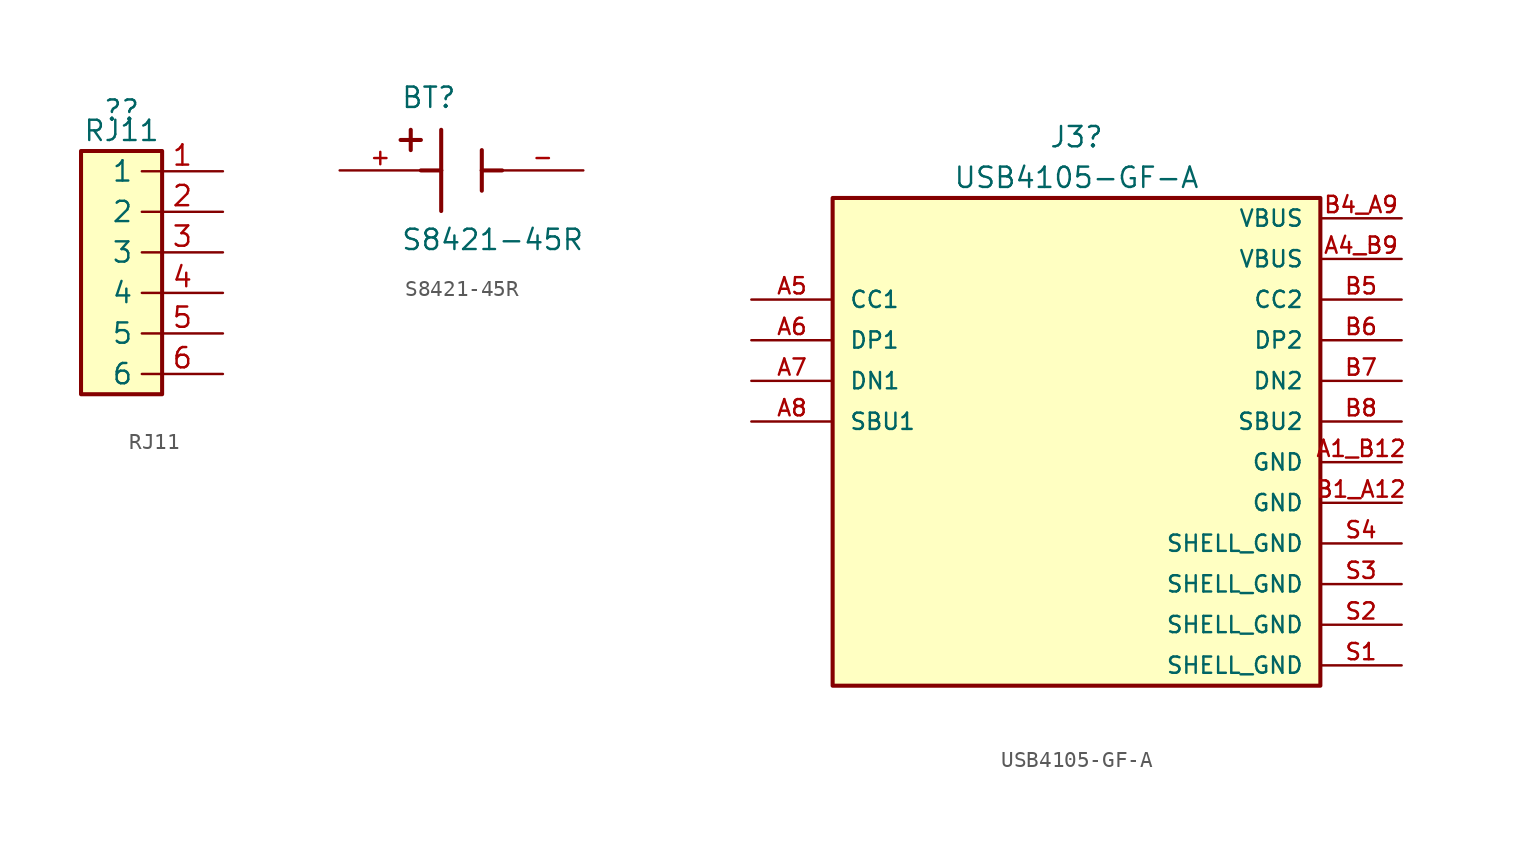
<source format=kicad_sym>
(kicad_symbol_lib
  (version 20211014)
  (generator kicad_symbol_editor)
  (symbol "RJ11"
    (property "Reference" "?"
      (at 0 10.16 0)
      (effects (font (size 1.27 1.27))))
    (property "Value" "RJ11"
      (at 0 8.89 0)
      (effects (font (size 1.27 1.27))))
    (symbol "RJ11_1_1"
      (rectangle (start -2.54 7.62) (end 2.54 -7.62) (stroke (width 0.254) (type default) (color 0 0 0 0)) (fill (type background)))
      (pin passive line (at 6.35 6.35 180) (length 5.08) (name "1" (effects (font (size 1.27 1.27)))) (number "1" (effects (font (size 1.27 1.27)))))
      (pin passive line (at 6.35 3.81 180) (length 5.08) (name "2" (effects (font (size 1.27 1.27)))) (number "2" (effects (font (size 1.27 1.27)))))
      (pin passive line (at 6.35 1.27 180) (length 5.08) (name "3" (effects (font (size 1.27 1.27)))) (number "3" (effects (font (size 1.27 1.27)))))
      (pin passive line (at 6.35 -1.27 180) (length 5.08) (name "4" (effects (font (size 1.27 1.27)))) (number "4" (effects (font (size 1.27 1.27)))))
      (pin passive line (at 6.35 -3.81 180) (length 5.08) (name "5" (effects (font (size 1.27 1.27)))) (number "5" (effects (font (size 1.27 1.27)))))
      (pin passive line (at 6.35 -6.35 180) (length 5.08) (name "6" (effects (font (size 1.27 1.27)))) (number "6" (effects (font (size 1.27 1.27)))))))
  (symbol "S8421-45R"
    (pin_names
      (offset 1.016) hide)
    (property "Reference" "BT"
      (at -3.81 3.81 0)
      (effects (font (size 1.27 1.27)) (justify left bottom)))
    (property "Value" "S8421-45R"
      (at -3.81 -5.08 0)
      (effects (font (size 1.27 1.27)) (justify left bottom)))
    (property "ki_locked" ""
      (at 0 0 0)
      (effects (font (size 1.27 1.27))))
    (symbol "S8421-45R_0_0"
      (polyline (pts (xy -3.81 1.905) (xy -2.54 1.905)) (stroke (width 0.254) (type default) (color 0 0 0 0)) (fill (type none)))
      (polyline (pts (xy -3.175 2.54) (xy -3.175 1.27)) (stroke (width 0.254) (type default) (color 0 0 0 0)) (fill (type none)))
      (polyline (pts (xy -1.27 0) (xy -2.54 0)) (stroke (width 0.254) (type default) (color 0 0 0 0)) (fill (type none)))
      (polyline (pts (xy -1.27 0) (xy -1.27 -2.54)) (stroke (width 0.254) (type default) (color 0 0 0 0)) (fill (type none)))
      (polyline (pts (xy -1.27 2.54) (xy -1.27 0)) (stroke (width 0.254) (type default) (color 0 0 0 0)) (fill (type none)))
      (polyline (pts (xy 1.27 0) (xy 1.27 -1.27)) (stroke (width 0.254) (type default) (color 0 0 0 0)) (fill (type none)))
      (polyline (pts (xy 1.27 0) (xy 2.54 0)) (stroke (width 0.254) (type default) (color 0 0 0 0)) (fill (type none)))
      (polyline (pts (xy 1.27 1.27) (xy 1.27 0)) (stroke (width 0.254) (type default) (color 0 0 0 0)) (fill (type none)))
      (pin passive line (at -7.62 0 0) (length 5.08) (name "~" (effects (font (size 1.016 1.016)))) (number "+" (effects (font (size 1.016 1.016)))))
      (pin passive line (at 7.62 0 180) (length 5.08) (name "~" (effects (font (size 1.016 1.016)))) (number "-" (effects (font (size 1.016 1.016)))))))
  (symbol "USB4105-GF-A"
    (pin_names
      (offset 1.016))
    (property "Reference" "J3"
      (at 0 15.24 0)
      (effects (font (size 1.27 1.27))))
    (property "Value" "USB4105-GF-A"
      (at 0 12.7 0)
      (effects (font (size 1.27 1.27))))
    (property "ki_locked" ""
      (at 0 0 0)
      (effects (font (size 1.27 1.27))))
    (symbol "USB4105-GF-A_0_0"
      (rectangle (start -15.24 11.43) (end 15.24 -19.05) (stroke (width 0.254) (type default) (color 0 0 0 0)) (fill (type background)))
      (pin power_in line (at 20.32 -5.08 180) (length 5.08) (name "GND" (effects (font (size 1.016 1.016)))) (number "A1_B12" (effects (font (size 1.016 1.016)))))
      (pin power_in line (at 20.32 7.62 180) (length 5.08) (name "VBUS" (effects (font (size 1.016 1.016)))) (number "A4_B9" (effects (font (size 1.016 1.016)))))
      (pin bidirectional line (at -20.32 5.08 0) (length 5.08) (name "CC1" (effects (font (size 1.016 1.016)))) (number "A5" (effects (font (size 1.016 1.016)))))
      (pin bidirectional line (at -20.32 2.54 0) (length 5.08) (name "DP1" (effects (font (size 1.016 1.016)))) (number "A6" (effects (font (size 1.016 1.016)))))
      (pin bidirectional line (at -20.32 0 0) (length 5.08) (name "DN1" (effects (font (size 1.016 1.016)))) (number "A7" (effects (font (size 1.016 1.016)))))
      (pin bidirectional line (at -20.32 -2.54 0) (length 5.08) (name "SBU1" (effects (font (size 1.016 1.016)))) (number "A8" (effects (font (size 1.016 1.016)))))
      (pin power_in line (at 20.32 -7.62 180) (length 5.08) (name "GND" (effects (font (size 1.016 1.016)))) (number "B1_A12" (effects (font (size 1.016 1.016)))))
      (pin power_in line (at 20.32 10.16 180) (length 5.08) (name "VBUS" (effects (font (size 1.016 1.016)))) (number "B4_A9" (effects (font (size 1.016 1.016)))))
      (pin bidirectional line (at 20.32 5.08 180) (length 5.08) (name "CC2" (effects (font (size 1.016 1.016)))) (number "B5" (effects (font (size 1.016 1.016)))))
      (pin bidirectional line (at 20.32 2.54 180) (length 5.08) (name "DP2" (effects (font (size 1.016 1.016)))) (number "B6" (effects (font (size 1.016 1.016)))))
      (pin bidirectional line (at 20.32 0 180) (length 5.08) (name "DN2" (effects (font (size 1.016 1.016)))) (number "B7" (effects (font (size 1.016 1.016)))))
      (pin bidirectional line (at 20.32 -2.54 180) (length 5.08) (name "SBU2" (effects (font (size 1.016 1.016)))) (number "B8" (effects (font (size 1.016 1.016)))))
      (pin power_in line (at 20.32 -17.78 180) (length 5.08) (name "SHELL_GND" (effects (font (size 1.016 1.016)))) (number "S1" (effects (font (size 1.016 1.016)))))
      (pin power_in line (at 20.32 -15.24 180) (length 5.08) (name "SHELL_GND" (effects (font (size 1.016 1.016)))) (number "S2" (effects (font (size 1.016 1.016)))))
      (pin power_in line (at 20.32 -12.7 180) (length 5.08) (name "SHELL_GND" (effects (font (size 1.016 1.016)))) (number "S3" (effects (font (size 1.016 1.016)))))
      (pin power_in line (at 20.32 -10.16 180) (length 5.08) (name "SHELL_GND" (effects (font (size 1.016 1.016)))) (number "S4" (effects (font (size 1.016 1.016))))))))
</source>
